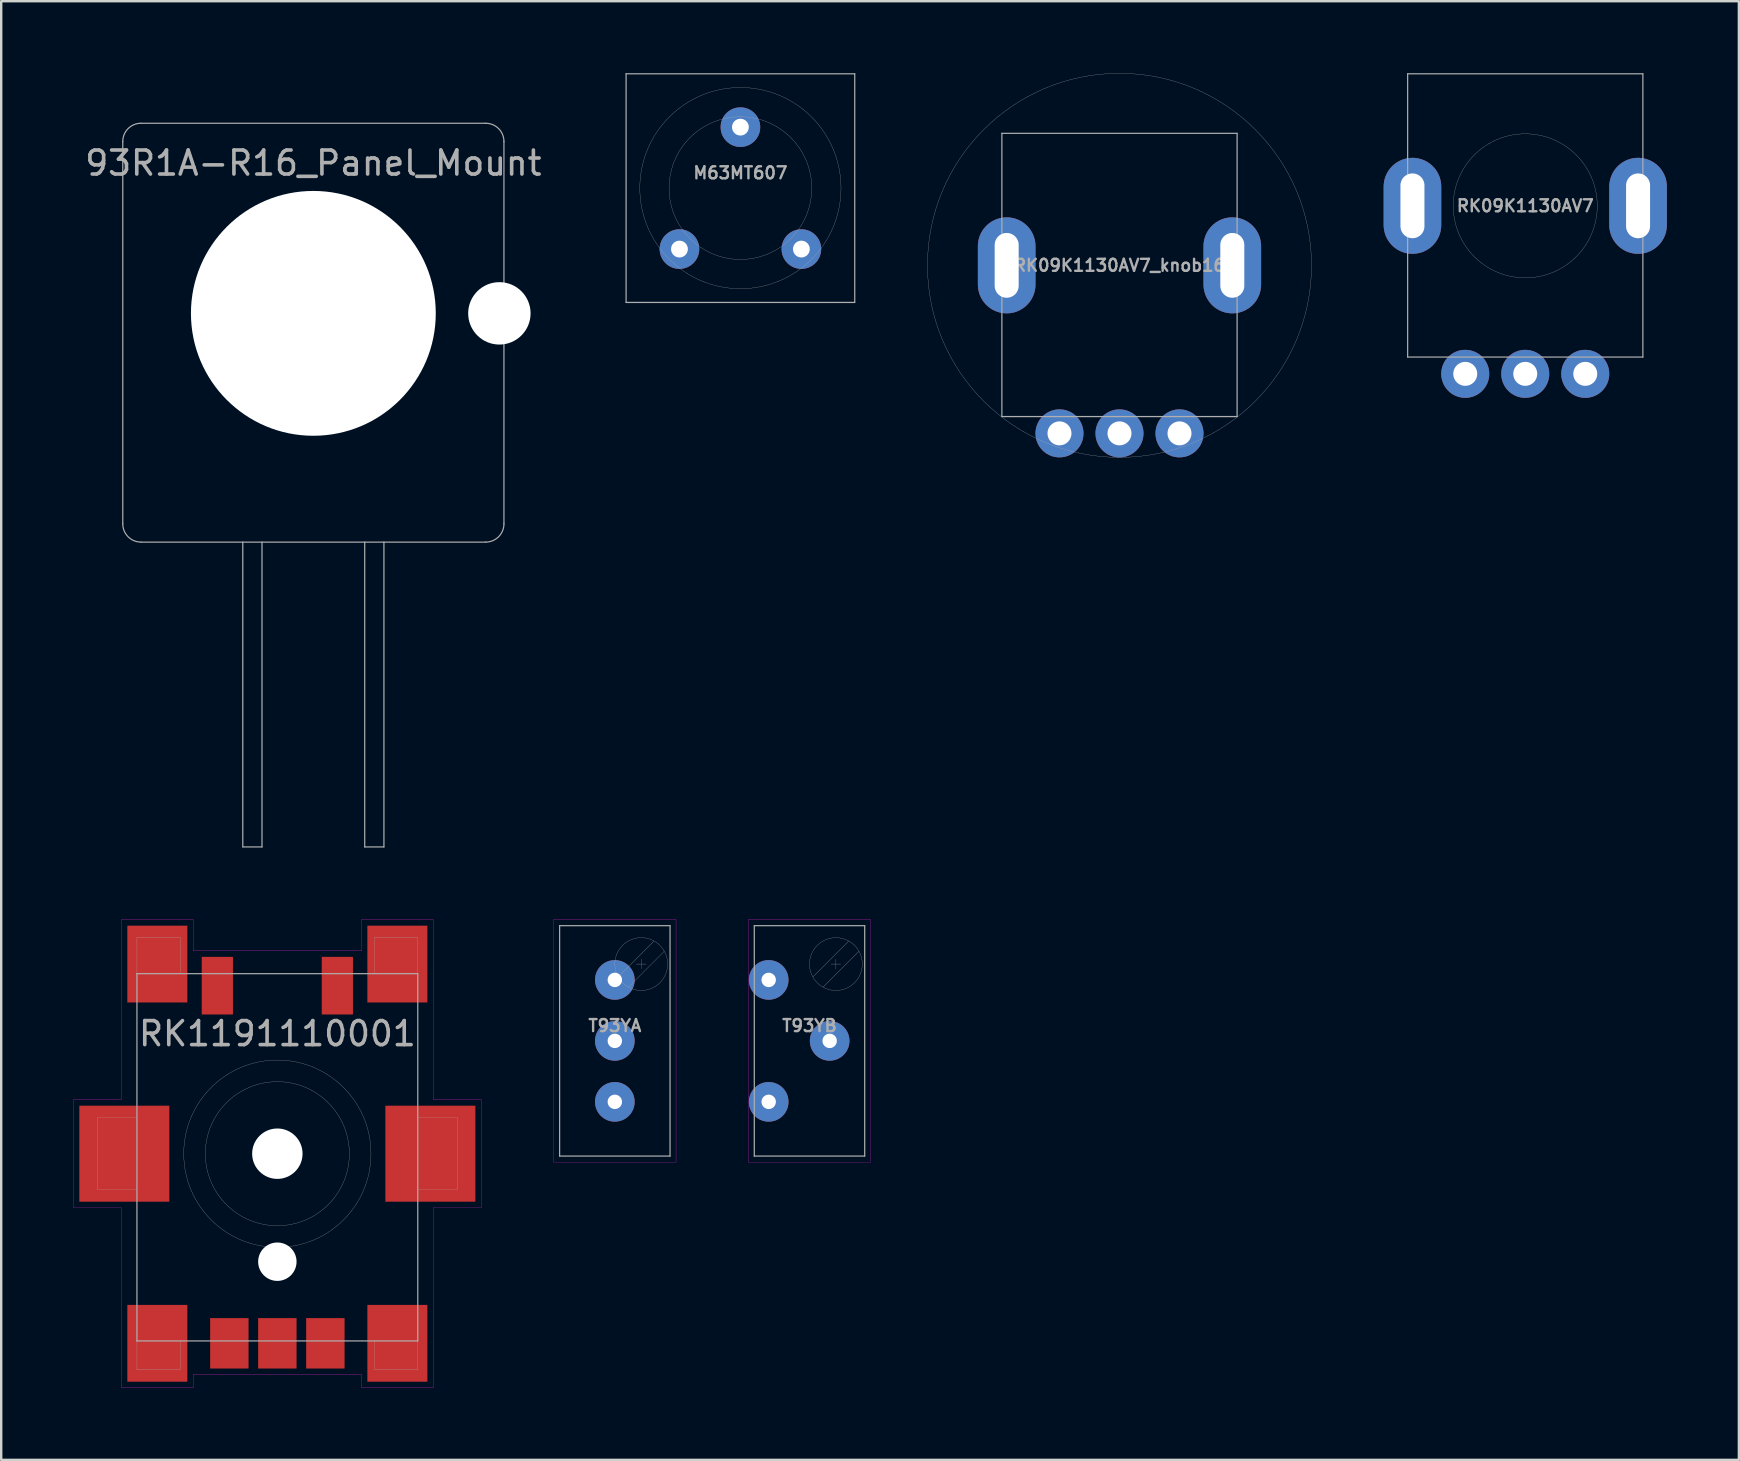
<source format=kicad_pcb>
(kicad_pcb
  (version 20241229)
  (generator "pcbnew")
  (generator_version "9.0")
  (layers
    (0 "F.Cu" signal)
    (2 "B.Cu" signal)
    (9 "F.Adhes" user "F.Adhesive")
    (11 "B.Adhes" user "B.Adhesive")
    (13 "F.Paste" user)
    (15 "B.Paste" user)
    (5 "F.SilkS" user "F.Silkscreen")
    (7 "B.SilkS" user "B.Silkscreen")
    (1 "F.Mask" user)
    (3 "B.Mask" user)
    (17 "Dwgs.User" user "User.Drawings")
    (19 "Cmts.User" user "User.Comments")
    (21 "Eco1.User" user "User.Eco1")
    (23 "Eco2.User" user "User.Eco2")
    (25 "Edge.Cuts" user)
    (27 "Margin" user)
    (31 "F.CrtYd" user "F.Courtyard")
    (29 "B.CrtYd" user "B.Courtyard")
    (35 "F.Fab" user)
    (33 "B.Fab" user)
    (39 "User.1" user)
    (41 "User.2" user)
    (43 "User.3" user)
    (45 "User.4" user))
  (footprint "T93YB"
    (layer "F.Cu")
    (at 30.675 40.315)
    (property "Reference" "T93YB" (at 0 -0.635 0) (layer "F.Fab") (effects (font (size 0.5 0.5) (thickness 0.1))))
    (attr through_hole)
    (fp_line (start -2.55 -5.05) (end 2.55 -5.05) (stroke (width 0.01) (type solid)) (layer "F.CrtYd"))
    (fp_line (start -2.55 5.05) (end -2.55 -5.05) (stroke (width 0.01) (type solid)) (layer "F.CrtYd"))
    (fp_line (start 2.55 -5.05) (end 2.55 5.05) (stroke (width 0.01) (type solid)) (layer "F.CrtYd"))
    (fp_line (start 2.55 5.05) (end -2.55 5.05) (stroke (width 0.01) (type solid)) (layer "F.CrtYd"))
    (fp_line (start -2.3 -4.8) (end -2.3 4.8) (stroke (width 0.05) (type solid)) (layer "F.Fab"))
    (fp_line (start -2.3 4.8) (end 2.3 4.8) (stroke (width 0.05) (type solid)) (layer "F.Fab"))
    (fp_line (start 0.145 -2.67) (end 1.63 -4.155) (stroke (width 0.01) (type solid)) (layer "F.Fab"))
    (fp_line (start 0.57 -2.245) (end 2.055 -3.73) (stroke (width 0.01) (type solid)) (layer "F.Fab"))
    (fp_line (start 0.9 -3.2) (end 1.3 -3.2) (stroke (width 0.01) (type solid)) (layer "F.Fab"))
    (fp_line (start 1.1 -3) (end 1.1 -3.4) (stroke (width 0.01) (type solid)) (layer "F.Fab"))
    (fp_line (start 2.3 -4.8) (end -2.3 -4.8) (stroke (width 0.05) (type solid)) (layer "F.Fab"))
    (fp_line (start 2.3 4.8) (end 2.3 -4.8) (stroke (width 0.05) (type solid)) (layer "F.Fab"))
    (fp_circle (center 1.1 -3.2) (end 2.2 -3.2) (stroke (width 0.01) (type solid)) (fill no) (layer "F.Fab"))
    (pad "1" thru_hole circle (at -1.7 -2.54) (size 1.65 1.65) (drill 0.6) (layers "*.Cu" "*.Mask"))
    (pad "2" thru_hole circle (at -1.7 2.54) (size 1.65 1.65) (drill 0.6) (layers "*.Cu" "*.Mask"))
    (pad "3" thru_hole circle (at 0.84 0) (size 1.65 1.65) (drill 0.6) (layers "*.Cu" "*.Mask")))
  (footprint "RK1191110001"
    (layer "F.Cu")
    (at 8.505 45.015)
    (property "Reference" "RK1191110001" (at 0 -5 0) (layer "F.Fab") (effects (font (size 1 1) (thickness 0.15))))
    (attr smd)
    (fp_line (start -8.5 -2.25) (end -6.5 -2.25) (stroke (width 0.01) (type solid)) (layer "F.CrtYd"))
    (fp_line (start -8.5 2.25) (end -8.5 -2.25) (stroke (width 0.01) (type solid)) (layer "F.CrtYd"))
    (fp_line (start -6.5 -9.75) (end -3.5 -9.75) (stroke (width 0.01) (type solid)) (layer "F.CrtYd"))
    (fp_line (start -6.5 -2.25) (end -6.5 -9.75) (stroke (width 0.01) (type solid)) (layer "F.CrtYd"))
    (fp_line (start -6.5 2.25) (end -8.5 2.25) (stroke (width 0.01) (type solid)) (layer "F.CrtYd"))
    (fp_line (start -6.5 9.75) (end -6.5 2.25) (stroke (width 0.01) (type solid)) (layer "F.CrtYd"))
    (fp_line (start -3.5 -9.75) (end -3.5 -8.45) (stroke (width 0.01) (type solid)) (layer "F.CrtYd"))
    (fp_line (start -3.5 -8.45) (end 3.5 -8.45) (stroke (width 0.01) (type solid)) (layer "F.CrtYd"))
    (fp_line (start -3.5 9.2) (end -3.5 9.75) (stroke (width 0.01) (type solid)) (layer "F.CrtYd"))
    (fp_line (start -3.5 9.75) (end -6.5 9.75) (stroke (width 0.01) (type solid)) (layer "F.CrtYd"))
    (fp_line (start 3.5 -9.75) (end 6.5 -9.75) (stroke (width 0.01) (type solid)) (layer "F.CrtYd"))
    (fp_line (start 3.5 -8.45) (end 3.5 -9.75) (stroke (width 0.01) (type solid)) (layer "F.CrtYd"))
    (fp_line (start 3.5 9.2) (end -3.5 9.2) (stroke (width 0.01) (type solid)) (layer "F.CrtYd"))
    (fp_line (start 3.5 9.75) (end 3.5 9.2) (stroke (width 0.01) (type solid)) (layer "F.CrtYd"))
    (fp_line (start 6.5 -9.75) (end 6.5 -2.25) (stroke (width 0.01) (type solid)) (layer "F.CrtYd"))
    (fp_line (start 6.5 -2.25) (end 8.5 -2.25) (stroke (width 0.01) (type solid)) (layer "F.CrtYd"))
    (fp_line (start 6.5 2.25) (end 6.5 9.75) (stroke (width 0.01) (type solid)) (layer "F.CrtYd"))
    (fp_line (start 6.5 9.75) (end 3.5 9.75) (stroke (width 0.01) (type solid)) (layer "F.CrtYd"))
    (fp_line (start 8.5 -2.25) (end 8.5 2.25) (stroke (width 0.01) (type solid)) (layer "F.CrtYd"))
    (fp_line (start 8.5 2.25) (end 6.5 2.25) (stroke (width 0.01) (type solid)) (layer "F.CrtYd"))
    (fp_line (start -7.5 -1.5) (end -7.5 1.5) (stroke (width 0.01) (type solid)) (layer "F.Fab"))
    (fp_line (start -7.5 -1.5) (end -5.85 -1.5) (stroke (width 0.01) (type solid)) (layer "F.Fab"))
    (fp_line (start -7.5 1.5) (end -5.85 1.5) (stroke (width 0.01) (type solid)) (layer "F.Fab"))
    (fp_line (start -5.85 -9) (end -4.05 -9) (stroke (width 0.01) (type solid)) (layer "F.Fab"))
    (fp_line (start -5.85 -7.5) (end -5.85 -9) (stroke (width 0.01) (type solid)) (layer "F.Fab"))
    (fp_line (start -5.85 -7.5) (end 5.85 -7.5) (stroke (width 0.05) (type solid)) (layer "F.Fab"))
    (fp_line (start -5.85 7.8) (end -5.85 -7.5) (stroke (width 0.05) (type solid)) (layer "F.Fab"))
    (fp_line (start -5.85 9) (end -5.85 7.8) (stroke (width 0.01) (type solid)) (layer "F.Fab"))
    (fp_line (start -4.05 -9) (end -4.05 -7.5) (stroke (width 0.01) (type solid)) (layer "F.Fab"))
    (fp_line (start -4.05 7.8) (end -4.05 9) (stroke (width 0.01) (type solid)) (layer "F.Fab"))
    (fp_line (start -4.05 9) (end -5.85 9) (stroke (width 0.01) (type solid)) (layer "F.Fab"))
    (fp_line (start -0.5 0) (end 0.5 0) (stroke (width 0.01) (type solid)) (layer "F.Fab"))
    (fp_line (start 0 -0.5) (end 0 0.5) (stroke (width 0.01) (type solid)) (layer "F.Fab"))
    (fp_line (start 4.05 -9) (end 5.85 -9) (stroke (width 0.01) (type solid)) (layer "F.Fab"))
    (fp_line (start 4.05 -7.5) (end 4.05 -9) (stroke (width 0.01) (type solid)) (layer "F.Fab"))
    (fp_line (start 4.05 9) (end 4.05 7.8) (stroke (width 0.01) (type solid)) (layer "F.Fab"))
    (fp_line (start 5.85 -9) (end 5.85 -7.5) (stroke (width 0.01) (type solid)) (layer "F.Fab"))
    (fp_line (start 5.85 -7.5) (end 5.85 7.8) (stroke (width 0.05) (type solid)) (layer "F.Fab"))
    (fp_line (start 5.85 7.8) (end -5.85 7.8) (stroke (width 0.05) (type solid)) (layer "F.Fab"))
    (fp_line (start 5.85 7.8) (end 5.85 9) (stroke (width 0.01) (type solid)) (layer "F.Fab"))
    (fp_line (start 5.85 9) (end 4.05 9) (stroke (width 0.01) (type solid)) (layer "F.Fab"))
    (fp_line (start 7.5 -1.5) (end 5.85 -1.5) (stroke (width 0.01) (type solid)) (layer "F.Fab"))
    (fp_line (start 7.5 1.5) (end 5.85 1.5) (stroke (width 0.01) (type solid)) (layer "F.Fab"))
    (fp_line (start 7.5 1.5) (end 7.5 -1.5) (stroke (width 0.01) (type solid)) (layer "F.Fab"))
    (fp_circle (center 0 0) (end 3 0) (stroke (width 0.01) (type solid)) (fill no) (layer "F.Fab"))
    (fp_circle (center 0 0) (end 3.9 0) (stroke (width 0.01) (type solid)) (fill no) (layer "F.Fab"))
    (pad "" np_thru_hole circle (at 0 0) (size 2.1 2.1) (drill 2.1) (layers "*.Cu" "*.Mask"))
    (pad "" np_thru_hole circle (at 0 4.5) (size 1.6 1.6) (drill 1.6) (layers "*.Cu" "*.Mask"))
    (pad "1" smd rect (at -2 7.9) (size 1.6 2.1) (layers "F.Cu" "F.Mask" "F.Paste"))
    (pad "2" smd rect (at 2 7.9) (size 1.6 2.1) (layers "F.Cu" "F.Mask" "F.Paste"))
    (pad "3" smd rect (at 0 7.9) (size 1.6 2.1) (layers "F.Cu" "F.Mask" "F.Paste"))
    (pad "4" smd rect (at -2.5 -7) (size 1.3 2.4) (layers "F.Cu" "F.Mask" "F.Paste"))
    (pad "5" smd rect (at 2.5 -7) (size 1.3 2.4) (layers "F.Cu" "F.Mask" "F.Paste"))
    (pad "S" smd rect (at -6.375 0) (size 3.75 4) (layers "F.Cu" "F.Mask" "F.Paste"))
    (pad "S" smd rect (at -5 -7.9) (size 2.5 3.2) (layers "F.Cu" "F.Mask" "F.Paste"))
    (pad "S" smd rect (at -5 7.9) (size 2.5 3.2) (layers "F.Cu" "F.Mask" "F.Paste"))
    (pad "S" smd rect (at 5 -7.9) (size 2.5 3.2) (layers "F.Cu" "F.Mask" "F.Paste"))
    (pad "S" smd rect (at 5 7.9) (size 2.5 3.2) (layers "F.Cu" "F.Mask" "F.Paste"))
    (pad "S" smd rect (at 6.375 0 180) (size 3.75 4) (layers "F.Cu" "F.Mask" "F.Paste")))
  (footprint "M63MT607"
    (layer "F.Cu")
    (at 27.797 4.787)
    (property "Reference" "M63MT607" (at 0 -0.635 0) (layer "F.Fab") (effects (font (size 0.5 0.5) (thickness 0.1))))
    (attr through_hole)
    (fp_line (start -4.763 -4.763) (end -4.763 4.763) (stroke (width 0.05) (type solid)) (layer "F.Fab"))
    (fp_line (start -4.763 4.763) (end 4.763 4.763) (stroke (width 0.05) (type solid)) (layer "F.Fab"))
    (fp_line (start 4.763 -4.763) (end -4.763 -4.763) (stroke (width 0.05) (type solid)) (layer "F.Fab"))
    (fp_line (start 4.763 4.763) (end 4.763 -4.763) (stroke (width 0.05) (type solid)) (layer "F.Fab"))
    (fp_circle (center 0 0) (end 2.972 0) (stroke (width 0.01) (type solid)) (fill no) (layer "F.Fab"))
    (fp_circle (center 0 0) (end 4.191 0) (stroke (width 0.01) (type solid)) (fill no) (layer "F.Fab"))
    (pad "1" thru_hole circle (at 2.54 2.54) (size 1.65 1.65) (drill 0.7) (layers "*.Cu" "*.Mask"))
    (pad "2" thru_hole circle (at -2.54 2.54) (size 1.65 1.65) (drill 0.7) (layers "*.Cu" "*.Mask"))
    (pad "3" thru_hole circle (at 0 -2.54) (size 1.65 1.65) (drill 0.7) (layers "*.Cu" "*.Mask")))
  (footprint "RK09K1130AV7"
    (layer "F.Cu")
    (at 60.495 5.525)
    (property "Reference" "RK09K1130AV7" (at 0 0 0) (layer "F.Fab") (effects (font (size 0.5 0.5) (thickness 0.1))))
    (attr through_hole)
    (fp_line (start -4.9 -5.5) (end 4.9 -5.5) (stroke (width 0.05) (type solid)) (layer "F.Fab"))
    (fp_line (start -4.9 6.3) (end -4.9 -5.5) (stroke (width 0.05) (type solid)) (layer "F.Fab"))
    (fp_line (start 4.9 -5.5) (end 4.9 6.3) (stroke (width 0.05) (type solid)) (layer "F.Fab"))
    (fp_line (start 4.9 6.3) (end -4.9 6.3) (stroke (width 0.05) (type solid)) (layer "F.Fab"))
    (fp_circle (center 0 0) (end 3 0) (stroke (width 0.01) (type solid)) (fill no) (layer "F.Fab"))
    (pad "1" thru_hole circle (at -2.5 7) (size 2 2) (drill 1) (layers "*.Cu" "*.Mask"))
    (pad "2" thru_hole circle (at 2.5 7) (size 2 2) (drill 1) (layers "*.Cu" "*.Mask"))
    (pad "3" thru_hole circle (at 0 7) (size 2 2) (drill 1) (layers "*.Cu" "*.Mask"))
    (pad "4" thru_hole oval (at -4.7 0 270) (size 4 2.4) (drill oval 2.7 1) (layers "*.Cu" "*.Mask"))
    (pad "4" thru_hole oval (at 4.7 0 90) (size 4 2.4) (drill oval 2.7 1) (layers "*.Cu" "*.Mask")))
  (footprint "93R1A-R16_Panel_Mount"
    (layer "F.Cu")
    (at 10.005 10.005)
    (property "Reference" "93R1A-R16_Panel_Mount" (at 0 -6.26 0) (layer "F.Fab") (effects (font (size 1 1) (thickness 0.15))))
    (attr through_hole)
    (fp_circle (center 0 0) (end 10 0) (stroke (width 0.01) (type solid)) (fill no) (layer "Eco1.User"))
    (fp_line (start -7.94 8.77) (end -7.94 -7.16) (stroke (width 0.05) (type solid)) (layer "F.Fab"))
    (fp_line (start -7.18 -7.92) (end 7.18 -7.92) (stroke (width 0.05) (type solid)) (layer "F.Fab"))
    (fp_line (start -2.94 22.23) (end -2.94 9.53) (stroke (width 0.05) (type solid)) (layer "F.Fab"))
    (fp_line (start -2.14 9.53) (end -2.14 22.23) (stroke (width 0.05) (type solid)) (layer "F.Fab"))
    (fp_line (start -2.14 22.23) (end -2.94 22.23) (stroke (width 0.05) (type solid)) (layer "F.Fab"))
    (fp_line (start 2.14 22.23) (end 2.14 9.53) (stroke (width 0.05) (type solid)) (layer "F.Fab"))
    (fp_line (start 2.94 9.53) (end 2.94 22.23) (stroke (width 0.05) (type solid)) (layer "F.Fab"))
    (fp_line (start 2.94 22.23) (end 2.14 22.23) (stroke (width 0.05) (type solid)) (layer "F.Fab"))
    (fp_line (start 7.18 9.53) (end -7.18 9.53) (stroke (width 0.05) (type solid)) (layer "F.Fab"))
    (fp_line (start 7.94 -7.16) (end 7.94 8.77) (stroke (width 0.05) (type solid)) (layer "F.Fab"))
    (fp_arc (start -7.94 -7.16) (mid -7.717401 -7.697401) (end -7.18 -7.92) (stroke (width 0.05) (type solid)) (layer "F.Fab"))
    (fp_arc (start -7.18 9.53) (mid -7.717401 9.307401) (end -7.94 8.77) (stroke (width 0.05) (type solid)) (layer "F.Fab"))
    (fp_arc (start 7.18 -7.92) (mid 7.717401 -7.697401) (end 7.94 -7.16) (stroke (width 0.05) (type solid)) (layer "F.Fab"))
    (fp_arc (start 7.94 8.77) (mid 7.717401 9.307401) (end 7.18 9.53) (stroke (width 0.05) (type solid)) (layer "F.Fab"))
    (pad "" np_thru_hole circle (at 0 0) (size 10.2 10.2) (drill 10.2) (layers "*.Cu" "*.Mask"))
    (pad "" np_thru_hole circle (at 7.75 0) (size 2.6 2.6) (drill 2.6) (layers "*.Cu" "*.Mask")))
  (footprint "T93YA"
    (layer "F.Cu")
    (at 22.565 40.315)
    (property "Reference" "T93YA" (at 0 -0.635 0) (layer "F.Fab") (effects (font (size 0.5 0.5) (thickness 0.1))))
    (attr through_hole)
    (fp_line (start -2.55 -5.05) (end 2.55 -5.05) (stroke (width 0.01) (type solid)) (layer "F.CrtYd"))
    (fp_line (start -2.55 5.05) (end -2.55 -5.05) (stroke (width 0.01) (type solid)) (layer "F.CrtYd"))
    (fp_line (start 2.55 -5.05) (end 2.55 5.05) (stroke (width 0.01) (type solid)) (layer "F.CrtYd"))
    (fp_line (start 2.55 5.05) (end -2.55 5.05) (stroke (width 0.01) (type solid)) (layer "F.CrtYd"))
    (fp_line (start -2.3 -4.8) (end -2.3 4.8) (stroke (width 0.05) (type solid)) (layer "F.Fab"))
    (fp_line (start -2.3 4.8) (end 2.3 4.8) (stroke (width 0.05) (type solid)) (layer "F.Fab"))
    (fp_line (start 0.145 -2.67) (end 1.63 -4.155) (stroke (width 0.01) (type solid)) (layer "F.Fab"))
    (fp_line (start 0.57 -2.245) (end 2.055 -3.73) (stroke (width 0.01) (type solid)) (layer "F.Fab"))
    (fp_line (start 0.9 -3.2) (end 1.3 -3.2) (stroke (width 0.01) (type solid)) (layer "F.Fab"))
    (fp_line (start 1.1 -3) (end 1.1 -3.4) (stroke (width 0.01) (type solid)) (layer "F.Fab"))
    (fp_line (start 2.3 -4.8) (end -2.3 -4.8) (stroke (width 0.05) (type solid)) (layer "F.Fab"))
    (fp_line (start 2.3 4.8) (end 2.3 -4.8) (stroke (width 0.05) (type solid)) (layer "F.Fab"))
    (fp_circle (center 1.1 -3.2) (end 2.2 -3.2) (stroke (width 0.01) (type solid)) (fill no) (layer "F.Fab"))
    (pad "1" thru_hole circle (at 0 -2.54) (size 1.65 1.65) (drill 0.6) (layers "*.Cu" "*.Mask"))
    (pad "2" thru_hole circle (at 0 2.54) (size 1.65 1.65) (drill 0.6) (layers "*.Cu" "*.Mask"))
    (pad "3" thru_hole circle (at 0 0) (size 1.65 1.65) (drill 0.6) (layers "*.Cu" "*.Mask")))
  (footprint "RK09K1130AV7_knob16"
    (layer "F.Cu")
    (at 43.59 8.005)
    (property "Reference" "RK09K1130AV7_knob16" (at 0 0 0) (layer "F.Fab") (effects (font (size 0.5 0.5) (thickness 0.1))))
    (attr through_hole)
    (fp_line (start -4.9 -5.5) (end 4.9 -5.5) (stroke (width 0.05) (type solid)) (layer "F.Fab"))
    (fp_line (start -4.9 6.3) (end -4.9 -5.5) (stroke (width 0.05) (type solid)) (layer "F.Fab"))
    (fp_line (start 4.9 -5.5) (end 4.9 6.3) (stroke (width 0.05) (type solid)) (layer "F.Fab"))
    (fp_line (start 4.9 6.3) (end -4.9 6.3) (stroke (width 0.05) (type solid)) (layer "F.Fab"))
    (fp_circle (center 0 0) (end 8 0) (stroke (width 0.01) (type solid)) (fill no) (layer "F.Fab"))
    (pad "1" thru_hole circle (at -2.5 7) (size 2 2) (drill 1) (layers "*.Cu" "*.Mask"))
    (pad "2" thru_hole circle (at 2.5 7) (size 2 2) (drill 1) (layers "*.Cu" "*.Mask"))
    (pad "3" thru_hole circle (at 0 7) (size 2 2) (drill 1) (layers "*.Cu" "*.Mask"))
    (pad "4" thru_hole oval (at -4.7 0 270) (size 4 2.4) (drill oval 2.7 1) (layers "*.Cu" "*.Mask"))
    (pad "4" thru_hole oval (at 4.7 0 90) (size 4 2.4) (drill oval 2.7 1) (layers "*.Cu" "*.Mask")))
  (gr_rect
    (start -3 -3)
    (end 69.395 57.77)
    (stroke (width 0.1) (type default))
    (fill no)
    (layer "Edge.Cuts")))
</source>
